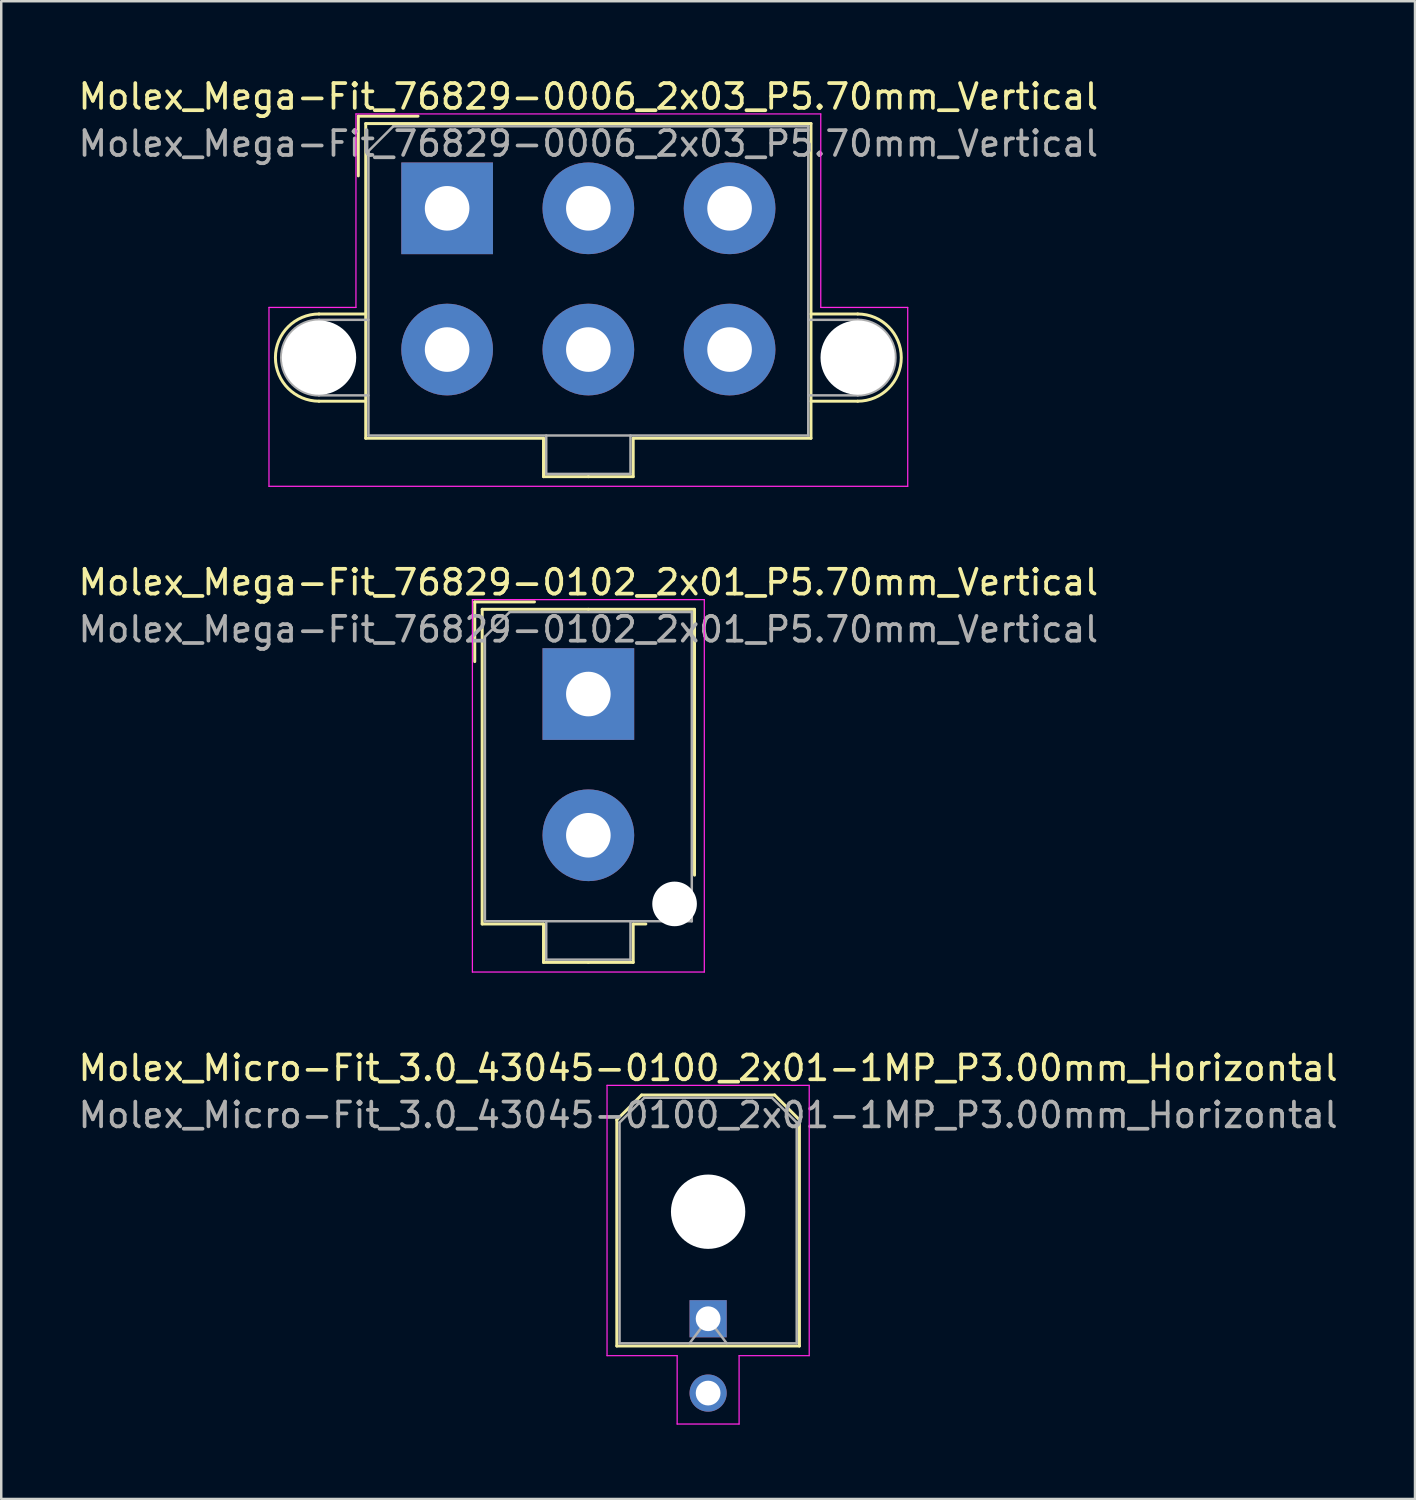
<source format=kicad_pcb>
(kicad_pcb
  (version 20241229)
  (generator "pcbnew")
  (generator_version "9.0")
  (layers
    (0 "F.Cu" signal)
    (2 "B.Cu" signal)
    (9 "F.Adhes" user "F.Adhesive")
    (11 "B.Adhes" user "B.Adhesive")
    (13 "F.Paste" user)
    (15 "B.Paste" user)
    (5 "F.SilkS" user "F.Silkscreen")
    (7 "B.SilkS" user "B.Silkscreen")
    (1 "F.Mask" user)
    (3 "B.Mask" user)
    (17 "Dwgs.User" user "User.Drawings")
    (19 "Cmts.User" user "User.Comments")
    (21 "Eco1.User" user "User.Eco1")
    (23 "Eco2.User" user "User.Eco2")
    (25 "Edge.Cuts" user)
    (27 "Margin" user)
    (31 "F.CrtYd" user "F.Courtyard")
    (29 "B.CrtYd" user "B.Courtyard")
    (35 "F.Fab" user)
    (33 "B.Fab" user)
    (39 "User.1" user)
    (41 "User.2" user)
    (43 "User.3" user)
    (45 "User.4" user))
  (footprint "Molex_Micro-Fit_3.0_43045-0100_2x01-1MP_P3.00mm_Horizontal"
    (layer "F.Cu")
    (at 25.53 50.175)
    (property "Reference" "Molex_Micro-Fit_3.0_43045-0100_2x01-1MP_P3.00mm_Horizontal" (at 0 -10.12 0) (layer "F.SilkS") (effects (font (size 1 1) (thickness 0.15))))
    (attr through_hole)
    (fp_line (start -3.685 -8.03) (end -2.685 -9.03) (stroke (width 0.12) (type solid)) (layer "F.SilkS"))
    (fp_line (start -3.685 1.1) (end -3.685 -8.03) (stroke (width 0.12) (type solid)) (layer "F.SilkS"))
    (fp_line (start -2.685 -9.03) (end 2.685 -9.03) (stroke (width 0.12) (type solid)) (layer "F.SilkS"))
    (fp_line (start 2.685 -9.03) (end 3.685 -8.03) (stroke (width 0.12) (type solid)) (layer "F.SilkS"))
    (fp_line (start 3.685 -8.03) (end 3.685 1.1) (stroke (width 0.12) (type solid)) (layer "F.SilkS"))
    (fp_line (start 3.685 1.1) (end -3.685 1.1) (stroke (width 0.12) (type solid)) (layer "F.SilkS"))
    (fp_line (start -4.08 -9.42) (end 4.08 -9.42) (stroke (width 0.05) (type solid)) (layer "F.CrtYd"))
    (fp_line (start -4.08 1.49) (end -4.08 -9.42) (stroke (width 0.05) (type solid)) (layer "F.CrtYd"))
    (fp_line (start -1.25 1.49) (end -4.08 1.49) (stroke (width 0.05) (type solid)) (layer "F.CrtYd"))
    (fp_line (start -1.25 4.25) (end -1.25 1.49) (stroke (width 0.05) (type solid)) (layer "F.CrtYd"))
    (fp_line (start 1.25 1.49) (end 1.25 4.25) (stroke (width 0.05) (type solid)) (layer "F.CrtYd"))
    (fp_line (start 1.25 4.25) (end -1.25 4.25) (stroke (width 0.05) (type solid)) (layer "F.CrtYd"))
    (fp_line (start 4.08 -9.42) (end 4.08 1.49) (stroke (width 0.05) (type solid)) (layer "F.CrtYd"))
    (fp_line (start 4.08 1.49) (end 1.25 1.49) (stroke (width 0.05) (type solid)) (layer "F.CrtYd"))
    (fp_line (start -3.575 -7.92) (end -2.575 -8.92) (stroke (width 0.1) (type solid)) (layer "F.Fab"))
    (fp_line (start -3.575 0.99) (end -3.575 -7.92) (stroke (width 0.1) (type solid)) (layer "F.Fab"))
    (fp_line (start -2.575 -8.92) (end 2.575 -8.92) (stroke (width 0.1) (type solid)) (layer "F.Fab"))
    (fp_line (start -0.75 0.99) (end 0 0) (stroke (width 0.1) (type solid)) (layer "F.Fab"))
    (fp_line (start 0 0) (end 0.75 0.99) (stroke (width 0.1) (type solid)) (layer "F.Fab"))
    (fp_line (start 2.575 -8.92) (end 3.575 -7.92) (stroke (width 0.1) (type solid)) (layer "F.Fab"))
    (fp_line (start 3.575 -7.92) (end 3.575 0.99) (stroke (width 0.1) (type solid)) (layer "F.Fab"))
    (fp_line (start 3.575 0.99) (end -3.575 0.99) (stroke (width 0.1) (type solid)) (layer "F.Fab"))
    (fp_text user "${REFERENCE}" (at 0 -8.22 0) (layer "F.Fab") (effects (font (size 1 1) (thickness 0.15))))
    (pad "" np_thru_hole circle (at 0 -4.32) (size 3 3) (drill 3) (layers "*.Cu" "*.Mask"))
    (pad "1" thru_hole rect (at 0 0) (size 1.5 1.5) (drill 1) (layers "*.Cu" "*.Mask"))
    (pad "2" thru_hole circle (at 0 3) (size 1.5 1.5) (drill 1) (layers "*.Cu" "*.Mask")))
  (footprint "Molex_Mega-Fit_76829-0102_2x01_P5.70mm_Vertical"
    (layer "F.Cu")
    (at 20.696 24.962)
    (property "Reference" "Molex_Mega-Fit_76829-0102_2x01_P5.70mm_Vertical" (at 0 -4.51 0) (layer "F.SilkS") (effects (font (size 1 1) (thickness 0.15))))
    (attr through_hole)
    (fp_line (start -4.585 -3.72) (end -2.175 -3.72) (stroke (width 0.12) (type solid)) (layer "F.SilkS"))
    (fp_line (start -4.585 -1.31) (end -4.585 -3.72) (stroke (width 0.12) (type solid)) (layer "F.SilkS"))
    (fp_line (start -4.285 -3.42) (end -4.285 9.28) (stroke (width 0.12) (type solid)) (layer "F.SilkS"))
    (fp_line (start -4.285 9.28) (end -1.81 9.28) (stroke (width 0.12) (type solid)) (layer "F.SilkS"))
    (fp_line (start -1.81 9.28) (end -1.81 10.83) (stroke (width 0.12) (type solid)) (layer "F.SilkS"))
    (fp_line (start -1.81 10.83) (end 0 10.83) (stroke (width 0.12) (type solid)) (layer "F.SilkS"))
    (fp_line (start 0 -3.42) (end -4.285 -3.42) (stroke (width 0.12) (type solid)) (layer "F.SilkS"))
    (fp_line (start 0 -3.42) (end 4.285 -3.42) (stroke (width 0.12) (type solid)) (layer "F.SilkS"))
    (fp_line (start 1.81 9.28) (end 1.81 10.83) (stroke (width 0.12) (type solid)) (layer "F.SilkS"))
    (fp_line (start 1.81 10.83) (end 0 10.83) (stroke (width 0.12) (type solid)) (layer "F.SilkS"))
    (fp_line (start 2.32 9.28) (end 1.81 9.28) (stroke (width 0.12) (type solid)) (layer "F.SilkS"))
    (fp_line (start 4.285 -3.42) (end 4.285 7.31) (stroke (width 0.12) (type solid)) (layer "F.SilkS"))
    (fp_line (start -4.68 -3.81) (end -4.68 11.22) (stroke (width 0.05) (type solid)) (layer "F.CrtYd"))
    (fp_line (start -4.68 11.22) (end 4.68 11.22) (stroke (width 0.05) (type solid)) (layer "F.CrtYd"))
    (fp_line (start 4.68 -3.81) (end -4.68 -3.81) (stroke (width 0.05) (type solid)) (layer "F.CrtYd"))
    (fp_line (start 4.68 11.22) (end 4.68 -3.81) (stroke (width 0.05) (type solid)) (layer "F.CrtYd"))
    (fp_line (start -4.175 -2.31) (end -4.175 9.17) (stroke (width 0.1) (type solid)) (layer "F.Fab"))
    (fp_line (start -4.175 9.17) (end 4.175 9.17) (stroke (width 0.1) (type solid)) (layer "F.Fab"))
    (fp_line (start -3.175 -3.31) (end -4.175 -2.31) (stroke (width 0.1) (type solid)) (layer "F.Fab"))
    (fp_line (start -1.7 9.17) (end -1.7 10.72) (stroke (width 0.1) (type solid)) (layer "F.Fab"))
    (fp_line (start -1.7 10.72) (end 1.7 10.72) (stroke (width 0.1) (type solid)) (layer "F.Fab"))
    (fp_line (start 1.7 10.72) (end 1.7 9.17) (stroke (width 0.1) (type solid)) (layer "F.Fab"))
    (fp_line (start 4.175 -3.31) (end -3.175 -3.31) (stroke (width 0.1) (type solid)) (layer "F.Fab"))
    (fp_line (start 4.175 9.17) (end 4.175 -3.31) (stroke (width 0.1) (type solid)) (layer "F.Fab"))
    (fp_text user "${REFERENCE}" (at 0 -2.61 0) (layer "F.Fab") (effects (font (size 1 1) (thickness 0.15))))
    (pad "" np_thru_hole circle (at 3.48 8.47) (size 1.8 1.8) (drill 1.8) (layers "*.Cu" "*.Mask"))
    (pad "1" thru_hole rect (at 0 0) (size 3.7 3.7) (drill 1.8) (layers "*.Cu" "*.Mask"))
    (pad "2" thru_hole circle (at 0 5.7) (size 3.7 3.7) (drill 1.8) (layers "*.Cu" "*.Mask")))
  (footprint "Molex_Mega-Fit_76829-0006_2x03_P5.70mm_Vertical"
    (layer "F.Cu")
    (at 14.996 5.358)
    (property "Reference" "Molex_Mega-Fit_76829-0006_2x03_P5.70mm_Vertical" (at 5.7 -4.51 0) (layer "F.SilkS") (effects (font (size 1 1) (thickness 0.15))))
    (attr through_hole)
    (fp_line (start -5.17 4.265) (end -3.285 4.265) (stroke (width 0.12) (type solid)) (layer "F.SilkS"))
    (fp_line (start -5.17 7.785) (end -3.285 7.785) (stroke (width 0.12) (type solid)) (layer "F.SilkS"))
    (fp_line (start -3.585 -3.72) (end -1.175 -3.72) (stroke (width 0.12) (type solid)) (layer "F.SilkS"))
    (fp_line (start -3.585 -1.31) (end -3.585 -3.72) (stroke (width 0.12) (type solid)) (layer "F.SilkS"))
    (fp_line (start -3.285 -3.42) (end -3.285 9.28) (stroke (width 0.12) (type solid)) (layer "F.SilkS"))
    (fp_line (start -3.285 9.28) (end 3.89 9.28) (stroke (width 0.12) (type solid)) (layer "F.SilkS"))
    (fp_line (start 3.89 9.28) (end 3.89 10.83) (stroke (width 0.12) (type solid)) (layer "F.SilkS"))
    (fp_line (start 3.89 10.83) (end 5.7 10.83) (stroke (width 0.12) (type solid)) (layer "F.SilkS"))
    (fp_line (start 5.7 -3.42) (end -3.285 -3.42) (stroke (width 0.12) (type solid)) (layer "F.SilkS"))
    (fp_line (start 5.7 -3.42) (end 14.685 -3.42) (stroke (width 0.12) (type solid)) (layer "F.SilkS"))
    (fp_line (start 7.51 9.28) (end 7.51 10.83) (stroke (width 0.12) (type solid)) (layer "F.SilkS"))
    (fp_line (start 7.51 10.83) (end 5.7 10.83) (stroke (width 0.12) (type solid)) (layer "F.SilkS"))
    (fp_line (start 14.685 -3.42) (end 14.685 9.28) (stroke (width 0.12) (type solid)) (layer "F.SilkS"))
    (fp_line (start 14.685 9.28) (end 7.51 9.28) (stroke (width 0.12) (type solid)) (layer "F.SilkS"))
    (fp_line (start 16.57 4.265) (end 14.685 4.265) (stroke (width 0.12) (type solid)) (layer "F.SilkS"))
    (fp_line (start 16.57 7.785) (end 14.685 7.785) (stroke (width 0.12) (type solid)) (layer "F.SilkS"))
    (fp_arc (start -5.17 7.785) (mid -6.93 6.025) (end -5.17 4.265) (stroke (width 0.12) (type solid)) (layer "F.SilkS"))
    (fp_arc (start 16.57 4.265) (mid 18.33 6.025) (end 16.57 7.785) (stroke (width 0.12) (type solid)) (layer "F.SilkS"))
    (fp_line (start -7.19 4) (end -7.19 11.22) (stroke (width 0.05) (type solid)) (layer "F.CrtYd"))
    (fp_line (start -7.19 11.22) (end 18.59 11.22) (stroke (width 0.05) (type solid)) (layer "F.CrtYd"))
    (fp_line (start -3.68 -3.81) (end -3.68 4) (stroke (width 0.05) (type solid)) (layer "F.CrtYd"))
    (fp_line (start -3.68 4) (end -7.19 4) (stroke (width 0.05) (type solid)) (layer "F.CrtYd"))
    (fp_line (start 15.08 -3.81) (end -3.68 -3.81) (stroke (width 0.05) (type solid)) (layer "F.CrtYd"))
    (fp_line (start 15.08 4) (end 15.08 -3.81) (stroke (width 0.05) (type solid)) (layer "F.CrtYd"))
    (fp_line (start 18.59 4) (end 15.08 4) (stroke (width 0.05) (type solid)) (layer "F.CrtYd"))
    (fp_line (start 18.59 11.22) (end 18.59 4) (stroke (width 0.05) (type solid)) (layer "F.CrtYd"))
    (fp_line (start -5.17 4.5) (end -3.175 4.5) (stroke (width 0.1) (type solid)) (layer "F.Fab"))
    (fp_line (start -5.17 7.55) (end -3.175 7.55) (stroke (width 0.1) (type solid)) (layer "F.Fab"))
    (fp_line (start -3.175 -2.31) (end -3.175 9.17) (stroke (width 0.1) (type solid)) (layer "F.Fab"))
    (fp_line (start -3.175 9.17) (end 14.575 9.17) (stroke (width 0.1) (type solid)) (layer "F.Fab"))
    (fp_line (start -2.175 -3.31) (end -3.175 -2.31) (stroke (width 0.1) (type solid)) (layer "F.Fab"))
    (fp_line (start 4 9.17) (end 4 10.72) (stroke (width 0.1) (type solid)) (layer "F.Fab"))
    (fp_line (start 4 10.72) (end 7.4 10.72) (stroke (width 0.1) (type solid)) (layer "F.Fab"))
    (fp_line (start 7.4 10.72) (end 7.4 9.17) (stroke (width 0.1) (type solid)) (layer "F.Fab"))
    (fp_line (start 14.575 -3.31) (end -2.175 -3.31) (stroke (width 0.1) (type solid)) (layer "F.Fab"))
    (fp_line (start 14.575 9.17) (end 14.575 -3.31) (stroke (width 0.1) (type solid)) (layer "F.Fab"))
    (fp_line (start 16.57 4.5) (end 14.575 4.5) (stroke (width 0.1) (type solid)) (layer "F.Fab"))
    (fp_line (start 16.57 7.55) (end 14.575 7.55) (stroke (width 0.1) (type solid)) (layer "F.Fab"))
    (fp_arc (start -5.17 7.55) (mid -6.695 6.025) (end -5.17 4.5) (stroke (width 0.1) (type solid)) (layer "F.Fab"))
    (fp_arc (start 16.57 4.5) (mid 18.095 6.025) (end 16.57 7.55) (stroke (width 0.1) (type solid)) (layer "F.Fab"))
    (fp_text user "${REFERENCE}" (at 5.7 -2.61 0) (layer "F.Fab") (effects (font (size 1 1) (thickness 0.15))))
    (pad "" np_thru_hole circle (at -5.17 6.025) (size 3 3) (drill 3) (layers "*.Cu" "*.Mask"))
    (pad "" np_thru_hole circle (at 16.57 6.025) (size 3 3) (drill 3) (layers "*.Cu" "*.Mask"))
    (pad "1" thru_hole rect (at 0 0) (size 3.7 3.7) (drill 1.8) (layers "*.Cu" "*.Mask"))
    (pad "2" thru_hole circle (at 5.7 0) (size 3.7 3.7) (drill 1.8) (layers "*.Cu" "*.Mask"))
    (pad "3" thru_hole circle (at 11.4 0) (size 3.7 3.7) (drill 1.8) (layers "*.Cu" "*.Mask"))
    (pad "4" thru_hole circle (at 0 5.7) (size 3.7 3.7) (drill 1.8) (layers "*.Cu" "*.Mask"))
    (pad "5" thru_hole circle (at 5.7 5.7) (size 3.7 3.7) (drill 1.8) (layers "*.Cu" "*.Mask"))
    (pad "6" thru_hole circle (at 11.4 5.7) (size 3.7 3.7) (drill 1.8) (layers "*.Cu" "*.Mask")))
  (gr_rect
    (start -3 -3)
    (end 54.06 57.45)
    (stroke (width 0.1) (type default))
    (fill no)
    (layer "Edge.Cuts")))
</source>
